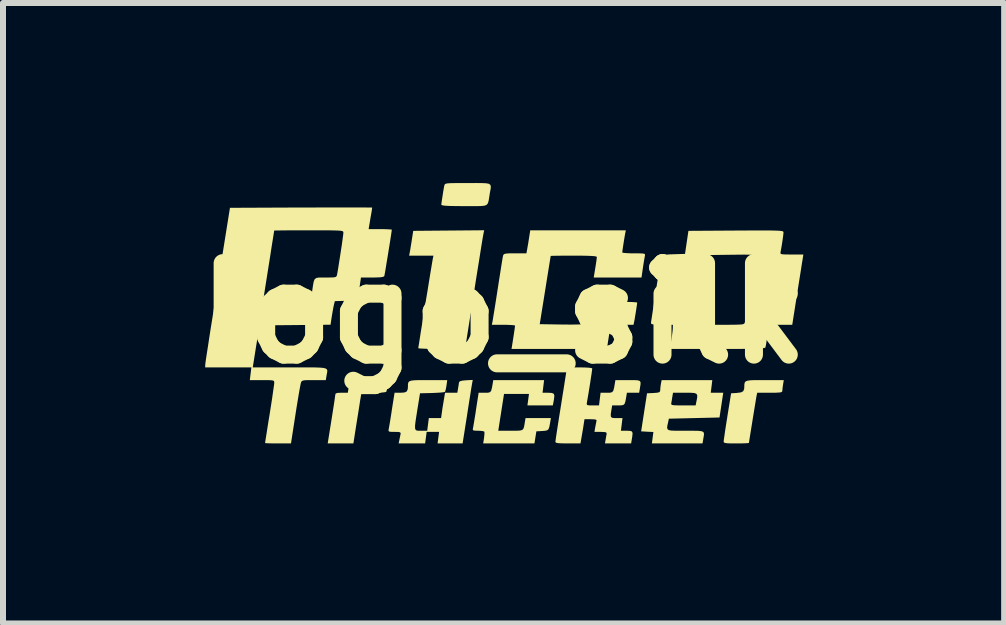
<source format=kicad_pcb>
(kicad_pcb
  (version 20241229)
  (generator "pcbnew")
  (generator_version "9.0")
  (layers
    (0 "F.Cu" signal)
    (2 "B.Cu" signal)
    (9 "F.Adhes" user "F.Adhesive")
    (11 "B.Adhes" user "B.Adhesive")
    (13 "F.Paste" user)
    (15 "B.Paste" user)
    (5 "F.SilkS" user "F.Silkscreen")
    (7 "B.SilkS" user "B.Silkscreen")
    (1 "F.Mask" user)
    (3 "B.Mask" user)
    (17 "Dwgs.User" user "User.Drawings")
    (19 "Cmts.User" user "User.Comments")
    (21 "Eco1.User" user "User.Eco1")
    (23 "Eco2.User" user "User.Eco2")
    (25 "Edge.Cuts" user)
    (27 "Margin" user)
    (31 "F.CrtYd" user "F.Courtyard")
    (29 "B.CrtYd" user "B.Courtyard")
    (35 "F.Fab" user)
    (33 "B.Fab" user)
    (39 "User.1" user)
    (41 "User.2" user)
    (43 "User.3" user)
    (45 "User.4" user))
  (footprint "logo_silk"
    (layer "F.Cu")
    (at 5.341 2.17)
    (property "Reference" "logo_silk" (at 0 0 0) (layer "F.SilkS") (effects (font (size 1.524 1.524) (thickness 0.3))))
    (attr board_only exclude_from_pos_files exclude_from_bom)
    (fp_poly (pts (xy -1.93 1.204) (xy -1.941 1.261) (xy -1.951 1.3) (xy -1.956 1.31) (xy -1.979 1.316) (xy -2.032 1.322) (xy -2.106 1.326) (xy -2.169 1.329) (xy -2.37 1.334) (xy -2.382 1.411) (xy -2.39 1.455) (xy -2.401 1.529) (xy -2.416 1.625) (xy -2.434 1.736) (xy -2.449 1.829) (xy -2.502 2.169) (xy -2.93 2.169) (xy -2.868 1.781) (xy -2.849 1.661) (xy -2.832 1.553) (xy -2.818 1.463) (xy -2.809 1.397) (xy -2.804 1.361) (xy -2.804 1.358) (xy -2.797 1.338) (xy -2.771 1.328) (xy -2.718 1.325) (xy -2.699 1.325) (xy -2.595 1.325) (xy -2.579 1.224) (xy -2.563 1.123) (xy -2.24 1.118) (xy -1.917 1.113)) (stroke (width 0) (type solid)) (fill yes) (layer "F.SilkS"))
    (fp_poly (pts (xy -0.361 -2.169) (xy -0.291 -2.166) (xy -0.246 -2.158) (xy -0.221 -2.141) (xy -0.212 -2.115) (xy -0.214 -2.078) (xy -0.224 -2.025) (xy -0.231 -1.986) (xy -0.241 -1.918) (xy -0.25 -1.867) (xy -0.262 -1.831) (xy -0.281 -1.807) (xy -0.315 -1.793) (xy -0.367 -1.787) (xy -0.443 -1.785) (xy -0.548 -1.785) (xy -0.653 -1.785) (xy -0.794 -1.786) (xy -0.9 -1.788) (xy -0.974 -1.792) (xy -1.018 -1.798) (xy -1.036 -1.806) (xy -1.037 -1.808) (xy -1.034 -1.838) (xy -1.026 -1.893) (xy -1.015 -1.963) (xy -1.004 -2.035) (xy -0.993 -2.098) (xy -0.987 -2.126) (xy -0.983 -2.141) (xy -0.975 -2.152) (xy -0.958 -2.16) (xy -0.926 -2.165) (xy -0.874 -2.168) (xy -0.798 -2.169) (xy -0.692 -2.169) (xy -0.595 -2.169) (xy -0.461 -2.17)) (stroke (width 0) (type solid)) (fill yes) (layer "F.SilkS"))
    (fp_poly (pts (xy -0.332 -1.339) (xy -0.337 -1.312) (xy -0.348 -1.251) (xy -0.363 -1.16) (xy -0.382 -1.042) (xy -0.404 -0.901) (xy -0.43 -0.741) (xy -0.458 -0.567) (xy -0.487 -0.381) (xy -0.492 -0.35) (xy -0.641 0.595) (xy -1.031 0.595) (xy -1.149 0.595) (xy -1.252 0.593) (xy -1.335 0.59) (xy -1.393 0.587) (xy -1.42 0.583) (xy -1.421 0.582) (xy -1.418 0.561) (xy -1.409 0.507) (xy -1.396 0.424) (xy -1.38 0.319) (xy -1.36 0.197) (xy -1.338 0.061) (xy -1.315 -0.083) (xy -1.291 -0.229) (xy -1.267 -0.373) (xy -1.245 -0.51) (xy -1.225 -0.634) (xy -1.207 -0.741) (xy -1.193 -0.826) (xy -1.183 -0.884) (xy -1.179 -0.907) (xy -1.168 -0.96) (xy -1.573 -0.96) (xy -1.563 -1.013) (xy -1.555 -1.057) (xy -1.544 -1.126) (xy -1.531 -1.205) (xy -1.529 -1.219) (xy -1.505 -1.373) (xy -0.914 -1.378) (xy -0.322 -1.383)) (stroke (width 0) (type solid)) (fill yes) (layer "F.SilkS"))
    (fp_poly (pts (xy 4.658 1.186) (xy 4.65 1.242) (xy 4.646 1.287) (xy 4.646 1.291) (xy 4.642 1.306) (xy 4.627 1.316) (xy 4.593 1.321) (xy 4.534 1.324) (xy 4.443 1.325) (xy 4.436 1.325) (xy 4.227 1.325) (xy 4.216 1.378) (xy 4.21 1.411) (xy 4.2 1.473) (xy 4.186 1.557) (xy 4.17 1.655) (xy 4.153 1.76) (xy 4.136 1.866) (xy 4.12 1.965) (xy 4.106 2.051) (xy 4.096 2.116) (xy 4.09 2.154) (xy 4.089 2.161) (xy 4.071 2.164) (xy 4.023 2.167) (xy 3.951 2.169) (xy 3.878 2.169) (xy 3.785 2.169) (xy 3.724 2.166) (xy 3.689 2.161) (xy 3.672 2.152) (xy 3.668 2.138) (xy 3.668 2.136) (xy 3.671 2.107) (xy 3.68 2.047) (xy 3.692 1.962) (xy 3.708 1.857) (xy 3.727 1.74) (xy 3.73 1.718) (xy 3.792 1.334) (xy 3.887 1.328) (xy 3.956 1.319) (xy 3.994 1.299) (xy 4.01 1.26) (xy 4.012 1.225) (xy 4.013 1.185) (xy 4.019 1.156) (xy 4.034 1.136) (xy 4.065 1.124) (xy 4.116 1.117) (xy 4.193 1.114) (xy 4.302 1.114) (xy 4.353 1.114) (xy 4.67 1.114)) (stroke (width 0) (type solid)) (fill yes) (layer "F.SilkS"))
    (fp_poly (pts (xy 0.65 1.325) (xy 0.747 1.325) (xy 0.804 1.328) (xy 0.836 1.341) (xy 0.847 1.373) (xy 0.841 1.43) (xy 0.833 1.476) (xy 0.821 1.536) (xy 0.398 1.536) (xy 0.424 1.344) (xy 0.008 1.344) (xy -0.04 1.651) (xy -0.088 1.958) (xy 0.118 1.958) (xy 0.21 1.958) (xy 0.272 1.955) (xy 0.31 1.946) (xy 0.331 1.924) (xy 0.343 1.887) (xy 0.353 1.83) (xy 0.354 1.819) (xy 0.367 1.747) (xy 0.789 1.747) (xy 0.777 1.819) (xy 0.764 1.89) (xy 0.75 1.931) (xy 0.727 1.951) (xy 0.687 1.959) (xy 0.647 1.962) (xy 0.547 1.968) (xy 0.531 2.069) (xy 0.515 2.169) (xy -0.339 2.169) (xy -0.325 2.078) (xy -0.319 2.022) (xy -0.318 1.982) (xy -0.32 1.973) (xy -0.343 1.964) (xy -0.391 1.959) (xy -0.425 1.958) (xy -0.482 1.956) (xy -0.508 1.949) (xy -0.513 1.932) (xy -0.511 1.925) (xy -0.505 1.894) (xy -0.495 1.834) (xy -0.481 1.751) (xy -0.465 1.653) (xy -0.459 1.608) (xy -0.415 1.325) (xy -0.315 1.325) (xy -0.259 1.324) (xy -0.225 1.315) (xy -0.206 1.291) (xy -0.193 1.242) (xy -0.183 1.186) (xy -0.171 1.114) (xy 0.676 1.114)) (stroke (width 0) (type solid)) (fill yes) (layer "F.SilkS"))
    (fp_poly (pts (xy 3.453 1.325) (xy 3.661 1.325) (xy 3.599 1.737) (xy 3.177 1.747) (xy 2.755 1.757) (xy 2.743 1.814) (xy 2.731 1.867) (xy 2.726 1.905) (xy 2.732 1.931) (xy 2.753 1.947) (xy 2.796 1.955) (xy 2.865 1.958) (xy 2.964 1.958) (xy 3.033 1.958) (xy 3.151 1.958) (xy 3.235 1.959) (xy 3.291 1.964) (xy 3.324 1.975) (xy 3.339 1.994) (xy 3.34 2.024) (xy 3.333 2.067) (xy 3.328 2.097) (xy 3.316 2.169) (xy 2.472 2.169) (xy 2.497 1.979) (xy 2.395 1.974) (xy 2.293 1.968) (xy 2.342 1.651) (xy 2.365 1.502) (xy 2.794 1.502) (xy 2.795 1.517) (xy 2.807 1.527) (xy 2.838 1.533) (xy 2.895 1.535) (xy 2.982 1.536) (xy 2.994 1.536) (xy 3.201 1.536) (xy 3.213 1.476) (xy 3.226 1.411) (xy 3.228 1.368) (xy 3.214 1.342) (xy 3.179 1.329) (xy 3.117 1.325) (xy 3.025 1.325) (xy 2.824 1.325) (xy 2.812 1.397) (xy 2.803 1.454) (xy 2.795 1.498) (xy 2.794 1.502) (xy 2.365 1.502) (xy 2.391 1.334) (xy 2.501 1.329) (xy 2.563 1.324) (xy 2.596 1.315) (xy 2.609 1.299) (xy 2.611 1.278) (xy 2.615 1.226) (xy 2.623 1.174) (xy 2.635 1.114) (xy 3.479 1.114)) (stroke (width 0) (type solid)) (fill yes) (layer "F.SilkS"))
    (fp_poly (pts (xy -0.523 1.165) (xy -0.529 1.199) (xy -0.54 1.264) (xy -0.554 1.356) (xy -0.572 1.468) (xy -0.592 1.595) (xy -0.607 1.694) (xy -0.682 2.169) (xy -0.89 2.169) (xy -1.099 2.169) (xy -1.074 1.977) (xy -1.281 1.977) (xy -1.307 2.169) (xy -1.748 2.169) (xy -1.738 2.121) (xy -1.726 2.062) (xy -1.718 2.025) (xy -1.714 1.998) (xy -1.724 1.984) (xy -1.755 1.978) (xy -1.816 1.977) (xy -1.816 1.977) (xy -1.877 1.976) (xy -1.908 1.971) (xy -1.917 1.957) (xy -1.914 1.934) (xy -1.908 1.9) (xy -1.897 1.837) (xy -1.883 1.751) (xy -1.867 1.651) (xy -1.861 1.608) (xy -1.816 1.325) (xy -1.717 1.325) (xy -1.649 1.32) (xy -1.612 1.302) (xy -1.596 1.264) (xy -1.593 1.219) (xy -1.593 1.181) (xy -1.587 1.154) (xy -1.571 1.135) (xy -1.539 1.123) (xy -1.486 1.117) (xy -1.407 1.114) (xy -1.296 1.114) (xy -1.254 1.114) (xy -0.938 1.114) (xy -0.951 1.205) (xy -0.961 1.261) (xy -0.972 1.301) (xy -0.977 1.31) (xy -1 1.316) (xy -1.053 1.322) (xy -1.127 1.326) (xy -1.191 1.329) (xy -1.392 1.334) (xy -1.434 1.593) (xy -1.454 1.72) (xy -1.468 1.813) (xy -1.475 1.878) (xy -1.474 1.92) (xy -1.464 1.944) (xy -1.445 1.955) (xy -1.415 1.958) (xy -1.375 1.958) (xy -1.272 1.958) (xy -1.245 1.747) (xy -1.041 1.747) (xy -1.028 1.656) (xy -1.018 1.584) (xy -1.004 1.499) (xy -0.995 1.445) (xy -0.975 1.325) (xy -0.77 1.325) (xy -0.758 1.253) (xy -0.749 1.198) (xy -0.743 1.156) (xy -0.742 1.152) (xy -0.728 1.134) (xy -0.687 1.123) (xy -0.626 1.117) (xy -0.513 1.111)) (stroke (width 0) (type solid)) (fill yes) (layer "F.SilkS"))
    (fp_poly (pts (xy 1.36 0.904) (xy 1.429 0.908) (xy 1.47 0.915) (xy 1.478 0.921) (xy 1.475 0.946) (xy 1.468 1.001) (xy 1.456 1.077) (xy 1.443 1.165) (xy 1.428 1.257) (xy 1.414 1.344) (xy 1.401 1.419) (xy 1.392 1.471) (xy 1.39 1.483) (xy 1.386 1.513) (xy 1.394 1.529) (xy 1.423 1.535) (xy 1.482 1.536) (xy 1.591 1.536) (xy 1.604 1.43) (xy 1.617 1.325) (xy 1.719 1.325) (xy 1.775 1.324) (xy 1.809 1.315) (xy 1.829 1.291) (xy 1.842 1.243) (xy 1.852 1.186) (xy 1.864 1.114) (xy 2.074 1.114) (xy 2.169 1.114) (xy 2.232 1.117) (xy 2.268 1.127) (xy 2.283 1.148) (xy 2.283 1.184) (xy 2.274 1.24) (xy 2.272 1.253) (xy 2.26 1.325) (xy 2.056 1.325) (xy 2.044 1.397) (xy 2.031 1.468) (xy 2.017 1.51) (xy 1.995 1.529) (xy 1.956 1.535) (xy 1.911 1.536) (xy 1.81 1.536) (xy 1.798 1.608) (xy 1.787 1.679) (xy 1.788 1.721) (xy 1.805 1.741) (xy 1.844 1.747) (xy 1.884 1.747) (xy 1.982 1.747) (xy 1.956 1.958) (xy 2.053 1.958) (xy 2.108 1.96) (xy 2.139 1.97) (xy 2.15 1.996) (xy 2.146 2.047) (xy 2.138 2.097) (xy 2.126 2.169) (xy 1.69 2.169) (xy 1.701 2.107) (xy 1.71 2.053) (xy 1.718 2.011) (xy 1.716 1.992) (xy 1.696 1.981) (xy 1.65 1.978) (xy 1.62 1.977) (xy 1.515 1.977) (xy 1.527 1.905) (xy 1.538 1.849) (xy 1.547 1.804) (xy 1.548 1.8) (xy 1.549 1.78) (xy 1.531 1.77) (xy 1.486 1.767) (xy 1.453 1.766) (xy 1.349 1.766) (xy 1.336 1.848) (xy 1.326 1.913) (xy 1.312 1.995) (xy 1.303 2.049) (xy 1.282 2.169) (xy 1.073 2.169) (xy 0.977 2.168) (xy 0.913 2.165) (xy 0.878 2.158) (xy 0.864 2.147) (xy 0.864 2.144) (xy 0.867 2.119) (xy 0.875 2.061) (xy 0.888 1.975) (xy 0.905 1.865) (xy 0.925 1.737) (xy 0.948 1.594) (xy 0.96 1.519) (xy 0.983 1.372) (xy 1.005 1.237) (xy 1.023 1.12) (xy 1.038 1.025) (xy 1.049 0.955) (xy 1.055 0.917) (xy 1.056 0.911) (xy 1.074 0.907) (xy 1.122 0.905) (xy 1.194 0.903) (xy 1.267 0.902)) (stroke (width 0) (type solid)) (fill yes) (layer "F.SilkS"))
    (fp_poly (pts (xy 2.027 -1.33) (xy 2.019 -1.284) (xy 2.008 -1.219) (xy 1.997 -1.148) (xy 1.987 -1.082) (xy 1.98 -1.032) (xy 1.978 -1.013) (xy 1.995 -1.007) (xy 2.044 -1.002) (xy 2.114 -0.999) (xy 2.172 -0.998) (xy 2.259 -0.998) (xy 2.315 -0.996) (xy 2.346 -0.991) (xy 2.357 -0.981) (xy 2.357 -0.965) (xy 2.355 -0.955) (xy 2.348 -0.916) (xy 2.337 -0.852) (xy 2.325 -0.774) (xy 2.322 -0.754) (xy 2.299 -0.595) (xy 1.503 -0.595) (xy 1.529 -0.754) (xy 1.541 -0.83) (xy 1.55 -0.892) (xy 1.554 -0.931) (xy 1.555 -0.936) (xy 1.546 -0.945) (xy 1.516 -0.951) (xy 1.463 -0.955) (xy 1.381 -0.958) (xy 1.267 -0.96) (xy 1.171 -0.96) (xy 1.054 -0.96) (xy 0.952 -0.959) (xy 0.869 -0.958) (xy 0.812 -0.957) (xy 0.787 -0.955) (xy 0.786 -0.955) (xy 0.783 -0.936) (xy 0.774 -0.883) (xy 0.761 -0.802) (xy 0.744 -0.697) (xy 0.724 -0.573) (xy 0.702 -0.434) (xy 0.694 -0.384) (xy 0.603 0.182) (xy 0.986 0.188) (xy 1.132 0.189) (xy 1.246 0.187) (xy 1.327 0.184) (xy 1.373 0.178) (xy 1.382 0.173) (xy 1.39 0.146) (xy 1.401 0.091) (xy 1.413 0.018) (xy 1.419 -0.019) (xy 1.443 -0.192) (xy 1.835 -0.192) (xy 1.953 -0.191) (xy 2.057 -0.189) (xy 2.141 -0.187) (xy 2.199 -0.183) (xy 2.226 -0.179) (xy 2.227 -0.178) (xy 2.224 -0.15) (xy 2.216 -0.097) (xy 2.206 -0.029) (xy 2.194 0.042) (xy 2.184 0.104) (xy 2.177 0.139) (xy 2.166 0.192) (xy 1.789 0.192) (xy 1.778 0.245) (xy 1.77 0.289) (xy 1.759 0.358) (xy 1.747 0.437) (xy 1.745 0.446) (xy 1.723 0.595) (xy 0.133 0.595) (xy 0.143 0.533) (xy 0.154 0.465) (xy 0.166 0.388) (xy 0.177 0.314) (xy 0.186 0.252) (xy 0.191 0.213) (xy 0.192 0.206) (xy 0.174 0.2) (xy 0.126 0.196) (xy 0.056 0.193) (xy -0.002 0.192) (xy -0.195 0.192) (xy -0.184 0.139) (xy -0.178 0.106) (xy -0.168 0.041) (xy -0.153 -0.05) (xy -0.135 -0.163) (xy -0.115 -0.291) (xy -0.096 -0.413) (xy -0.075 -0.549) (xy -0.055 -0.674) (xy -0.038 -0.783) (xy -0.024 -0.87) (xy -0.014 -0.93) (xy -0.009 -0.955) (xy -0.002 -0.975) (xy 0.012 -0.987) (xy 0.04 -0.994) (xy 0.091 -0.998) (xy 0.172 -0.998) (xy 0.191 -0.998) (xy 0.381 -0.998) (xy 0.391 -1.051) (xy 0.399 -1.097) (xy 0.411 -1.165) (xy 0.423 -1.242) (xy 0.423 -1.243) (xy 0.445 -1.382) (xy 2.038 -1.382)) (stroke (width 0) (type solid)) (fill yes) (layer "F.SilkS"))
    (fp_poly (pts (xy 4.459 -1.379) (xy 4.535 -1.377) (xy 4.59 -1.375) (xy 4.627 -1.371) (xy 4.649 -1.367) (xy 4.661 -1.36) (xy 4.665 -1.353) (xy 4.665 -1.349) (xy 4.662 -1.311) (xy 4.654 -1.249) (xy 4.643 -1.174) (xy 4.631 -1.1) (xy 4.62 -1.04) (xy 4.617 -1.022) (xy 4.614 -1.003) (xy 4.62 -0.99) (xy 4.642 -0.983) (xy 4.686 -0.98) (xy 4.759 -0.979) (xy 4.802 -0.979) (xy 4.996 -0.979) (xy 4.988 -0.926) (xy 4.983 -0.894) (xy 4.972 -0.829) (xy 4.958 -0.737) (xy 4.94 -0.624) (xy 4.919 -0.494) (xy 4.897 -0.354) (xy 4.895 -0.341) (xy 4.811 0.192) (xy 4.421 0.192) (xy 4.397 0.369) (xy 4.385 0.45) (xy 4.375 0.517) (xy 4.366 0.561) (xy 4.363 0.571) (xy 4.353 0.577) (xy 4.326 0.582) (xy 4.28 0.586) (xy 4.211 0.59) (xy 4.116 0.592) (xy 3.992 0.594) (xy 3.838 0.595) (xy 3.649 0.595) (xy 3.563 0.595) (xy 2.771 0.595) (xy 2.796 0.446) (xy 2.808 0.367) (xy 2.817 0.297) (xy 2.821 0.249) (xy 2.821 0.245) (xy 2.822 0.192) (xy 3.251 0.192) (xy 3.631 0.192) (xy 3.761 0.192) (xy 3.857 0.191) (xy 3.926 0.189) (xy 3.971 0.186) (xy 3.998 0.18) (xy 4.012 0.171) (xy 4.019 0.159) (xy 4.022 0.149) (xy 4.028 0.116) (xy 4.038 0.052) (xy 4.052 -0.036) (xy 4.069 -0.143) (xy 4.087 -0.263) (xy 4.106 -0.389) (xy 4.125 -0.516) (xy 4.142 -0.637) (xy 4.158 -0.746) (xy 4.171 -0.838) (xy 4.18 -0.906) (xy 4.185 -0.945) (xy 4.185 -0.95) (xy 4.182 -0.96) (xy 4.167 -0.968) (xy 4.137 -0.973) (xy 4.086 -0.976) (xy 4.01 -0.977) (xy 3.903 -0.976) (xy 3.806 -0.975) (xy 3.427 -0.97) (xy 3.385 -0.691) (xy 3.365 -0.564) (xy 3.343 -0.416) (xy 3.32 -0.265) (xy 3.299 -0.127) (xy 3.297 -0.11) (xy 3.251 0.192) (xy 2.822 0.192) (xy 2.64 0.192) (xy 2.553 0.191) (xy 2.498 0.187) (xy 2.469 0.18) (xy 2.458 0.168) (xy 2.457 0.163) (xy 2.46 0.137) (xy 2.469 0.078) (xy 2.482 -0.008) (xy 2.498 -0.117) (xy 2.518 -0.244) (xy 2.54 -0.383) (xy 2.544 -0.405) (xy 2.566 -0.545) (xy 2.586 -0.672) (xy 2.604 -0.782) (xy 2.617 -0.87) (xy 2.626 -0.931) (xy 2.63 -0.96) (xy 2.63 -0.961) (xy 2.648 -0.968) (xy 2.696 -0.975) (xy 2.767 -0.981) (xy 2.827 -0.983) (xy 3.024 -0.989) (xy 3.081 -1.373) (xy 3.873 -1.378) (xy 4.069 -1.379) (xy 4.229 -1.38) (xy 4.358 -1.38)) (stroke (width 0) (type solid)) (fill yes) (layer "F.SilkS"))
    (fp_poly (pts (xy -2.478 -1.763) (xy -2.36 -1.763) (xy -2.27 -1.762) (xy -2.212 -1.762) (xy -2.189 -1.761) (xy -2.189 -1.76) (xy -2.192 -1.74) (xy -2.199 -1.692) (xy -2.208 -1.64) (xy -2.221 -1.566) (xy -2.232 -1.497) (xy -2.238 -1.464) (xy -2.248 -1.402) (xy -2.055 -1.402) (xy -1.974 -1.401) (xy -1.91 -1.398) (xy -1.871 -1.395) (xy -1.862 -1.393) (xy -1.865 -1.368) (xy -1.873 -1.313) (xy -1.885 -1.234) (xy -1.9 -1.139) (xy -1.917 -1.035) (xy -1.934 -0.929) (xy -1.951 -0.828) (xy -1.965 -0.74) (xy -1.977 -0.671) (xy -1.985 -0.629) (xy -1.987 -0.619) (xy -2.006 -0.607) (xy -2.054 -0.599) (xy -2.134 -0.596) (xy -2.186 -0.595) (xy -2.376 -0.595) (xy -2.399 -0.437) (xy -2.412 -0.342) (xy -2.424 -0.278) (xy -2.44 -0.239) (xy -2.468 -0.219) (xy -2.514 -0.211) (xy -2.583 -0.208) (xy -2.626 -0.207) (xy -2.811 -0.202) (xy -2.826 -0.144) (xy -2.836 -0.096) (xy -2.849 -0.025) (xy -2.862 0.053) (xy -2.883 0.191) (xy -3.471 0.197) (xy -4.059 0.202) (xy -4.074 0.269) (xy -4.083 0.312) (xy -4.096 0.384) (xy -4.111 0.476) (xy -4.128 0.58) (xy -4.134 0.619) (xy -4.179 0.902) (xy -3.558 0.902) (xy -3.385 0.902) (xy -3.247 0.902) (xy -3.139 0.903) (xy -3.059 0.906) (xy -3.002 0.911) (xy -2.966 0.92) (xy -2.945 0.934) (xy -2.937 0.952) (xy -2.938 0.977) (xy -2.944 1.008) (xy -2.95 1.042) (xy -2.962 1.114) (xy -3.161 1.114) (xy -3.251 1.114) (xy -3.309 1.116) (xy -3.345 1.122) (xy -3.364 1.133) (xy -3.374 1.15) (xy -3.376 1.157) (xy -3.383 1.187) (xy -3.395 1.25) (xy -3.411 1.339) (xy -3.429 1.449) (xy -3.45 1.575) (xy -3.467 1.685) (xy -3.542 2.169) (xy -3.758 2.169) (xy -3.844 2.169) (xy -3.914 2.167) (xy -3.96 2.165) (xy -3.974 2.163) (xy -3.971 2.143) (xy -3.963 2.09) (xy -3.95 2.01) (xy -3.934 1.907) (xy -3.915 1.787) (xy -3.897 1.678) (xy -3.876 1.545) (xy -3.857 1.423) (xy -3.842 1.317) (xy -3.83 1.233) (xy -3.822 1.177) (xy -3.821 1.157) (xy -3.822 1.138) (xy -3.832 1.125) (xy -3.856 1.118) (xy -3.901 1.115) (xy -3.975 1.114) (xy -4.024 1.114) (xy -4.228 1.114) (xy -4.215 1.008) (xy -4.202 0.902) (xy -4.972 0.902) (xy -4.971 0.859) (xy -4.968 0.833) (xy -4.96 0.773) (xy -4.946 0.681) (xy -4.927 0.56) (xy -4.905 0.415) (xy -4.879 0.248) (xy -4.849 0.062) (xy -4.818 -0.139) (xy -4.806 -0.211) (xy -4.006 -0.211) (xy -3.213 -0.211) (xy -3.189 -0.37) (xy -3.175 -0.465) (xy -3.163 -0.529) (xy -3.147 -0.568) (xy -3.12 -0.588) (xy -3.076 -0.595) (xy -3.01 -0.595) (xy -2.965 -0.595) (xy -2.881 -0.596) (xy -2.827 -0.598) (xy -2.797 -0.605) (xy -2.782 -0.618) (xy -2.775 -0.637) (xy -2.775 -0.638) (xy -2.767 -0.683) (xy -2.755 -0.753) (xy -2.741 -0.843) (xy -2.725 -0.944) (xy -2.709 -1.048) (xy -2.694 -1.147) (xy -2.682 -1.234) (xy -2.673 -1.3) (xy -2.669 -1.339) (xy -2.669 -1.343) (xy -2.67 -1.354) (xy -2.675 -1.363) (xy -2.69 -1.37) (xy -2.717 -1.375) (xy -2.761 -1.378) (xy -2.827 -1.38) (xy -2.917 -1.382) (xy -3.036 -1.382) (xy -3.188 -1.382) (xy -3.245 -1.382) (xy -3.389 -1.382) (xy -3.52 -1.382) (xy -3.633 -1.381) (xy -3.724 -1.38) (xy -3.788 -1.379) (xy -3.819 -1.378) (xy -3.822 -1.378) (xy -3.825 -1.358) (xy -3.833 -1.305) (xy -3.846 -1.224) (xy -3.863 -1.119) (xy -3.882 -0.994) (xy -3.904 -0.854) (xy -3.914 -0.792) (xy -4.006 -0.211) (xy -4.806 -0.211) (xy -4.784 -0.352) (xy -4.765 -0.47) (xy -4.559 -1.757) (xy -3.374 -1.762) (xy -3.164 -1.762) (xy -2.967 -1.763) (xy -2.784 -1.763) (xy -2.62 -1.763)) (stroke (width 0) (type solid)) (fill yes) (layer "F.SilkS")))
  (gr_rect
    (start -3 -3)
    (end 13.683 7.339)
    (stroke (width 0.1) (type default))
    (fill no)
    (layer "Edge.Cuts")))
</source>
